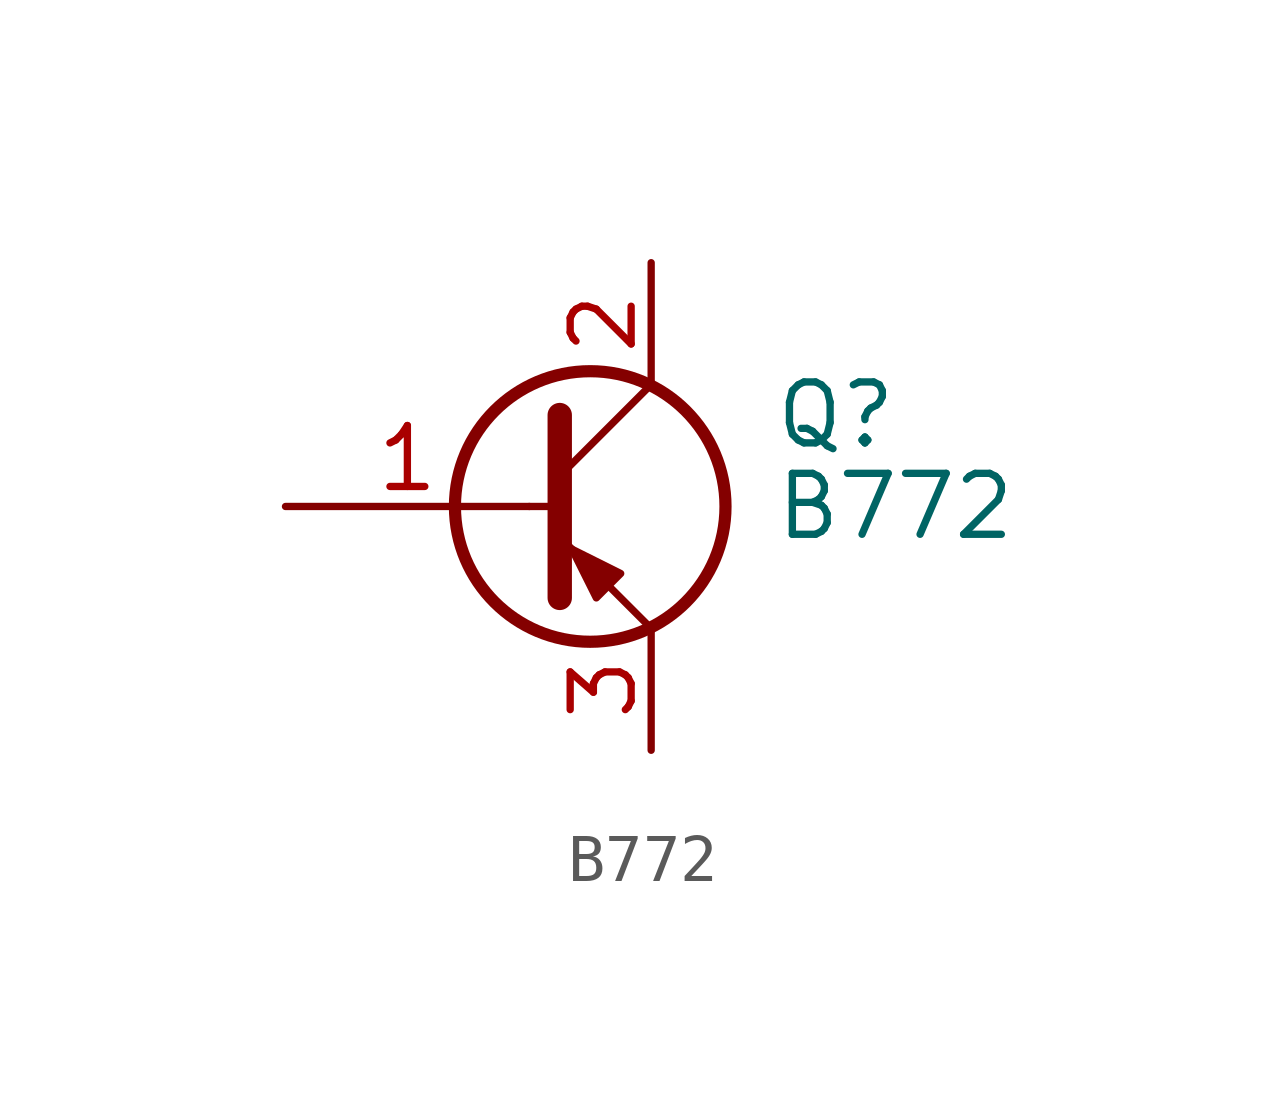
<source format=kicad_sym>
(kicad_symbol_lib
  (version 20220914)
  (generator kicad_symbol_editor)
  (symbol "B772"
    (pin_names
      (offset 0) hide)
    (property "Reference" "Q"
      (at 5.08 1.905 0)
      (effects (font (size 1.27 1.27)) (justify left)))
    (property "Value" "B772"
      (at 5.08 0 0)
      (effects (font (size 1.27 1.27)) (justify left)))
    (symbol "B772_0_1"
      (polyline (pts (xy 0 0) (xy 0.635 0)) (stroke (width 0) (type default)) (fill (type none)))
      (polyline (pts (xy 2.54 -2.54) (xy 0.635 -0.635)) (stroke (width 0) (type default)) (fill (type none)))
      (polyline (pts (xy 2.54 2.54) (xy 0.635 0.635)) (stroke (width 0) (type default)) (fill (type none)))
      (polyline (pts (xy 0.635 1.905) (xy 0.635 -1.905) (xy 0.635 -1.905)) (stroke (width 0.508) (type default)) (fill (type outline)))
      (polyline (pts (xy 1.397 -1.905) (xy 1.905 -1.397) (xy 0.889 -0.889) (xy 1.397 -1.905) (xy 1.397 -1.905)) (stroke (width 0) (type default)) (fill (type outline)))
      (circle (center 1.27 0) (radius 2.819) (stroke (width 0.254) (type default)) (fill (type none))))
    (symbol "B772_1_1"
      (pin input line (at -5.08 0 0) (length 5.08) (name "B" (effects (font (size 1.27 1.27)))) (number "1" (effects (font (size 1.27 1.27)))))
      (pin passive line (at 2.54 5.08 270) (length 2.54) (name "C" (effects (font (size 1.27 1.27)))) (number "2" (effects (font (size 1.27 1.27)))))
      (pin passive line (at 2.54 -5.08 90) (length 2.54) (name "E" (effects (font (size 1.27 1.27)))) (number "3" (effects (font (size 1.27 1.27))))))))
</source>
